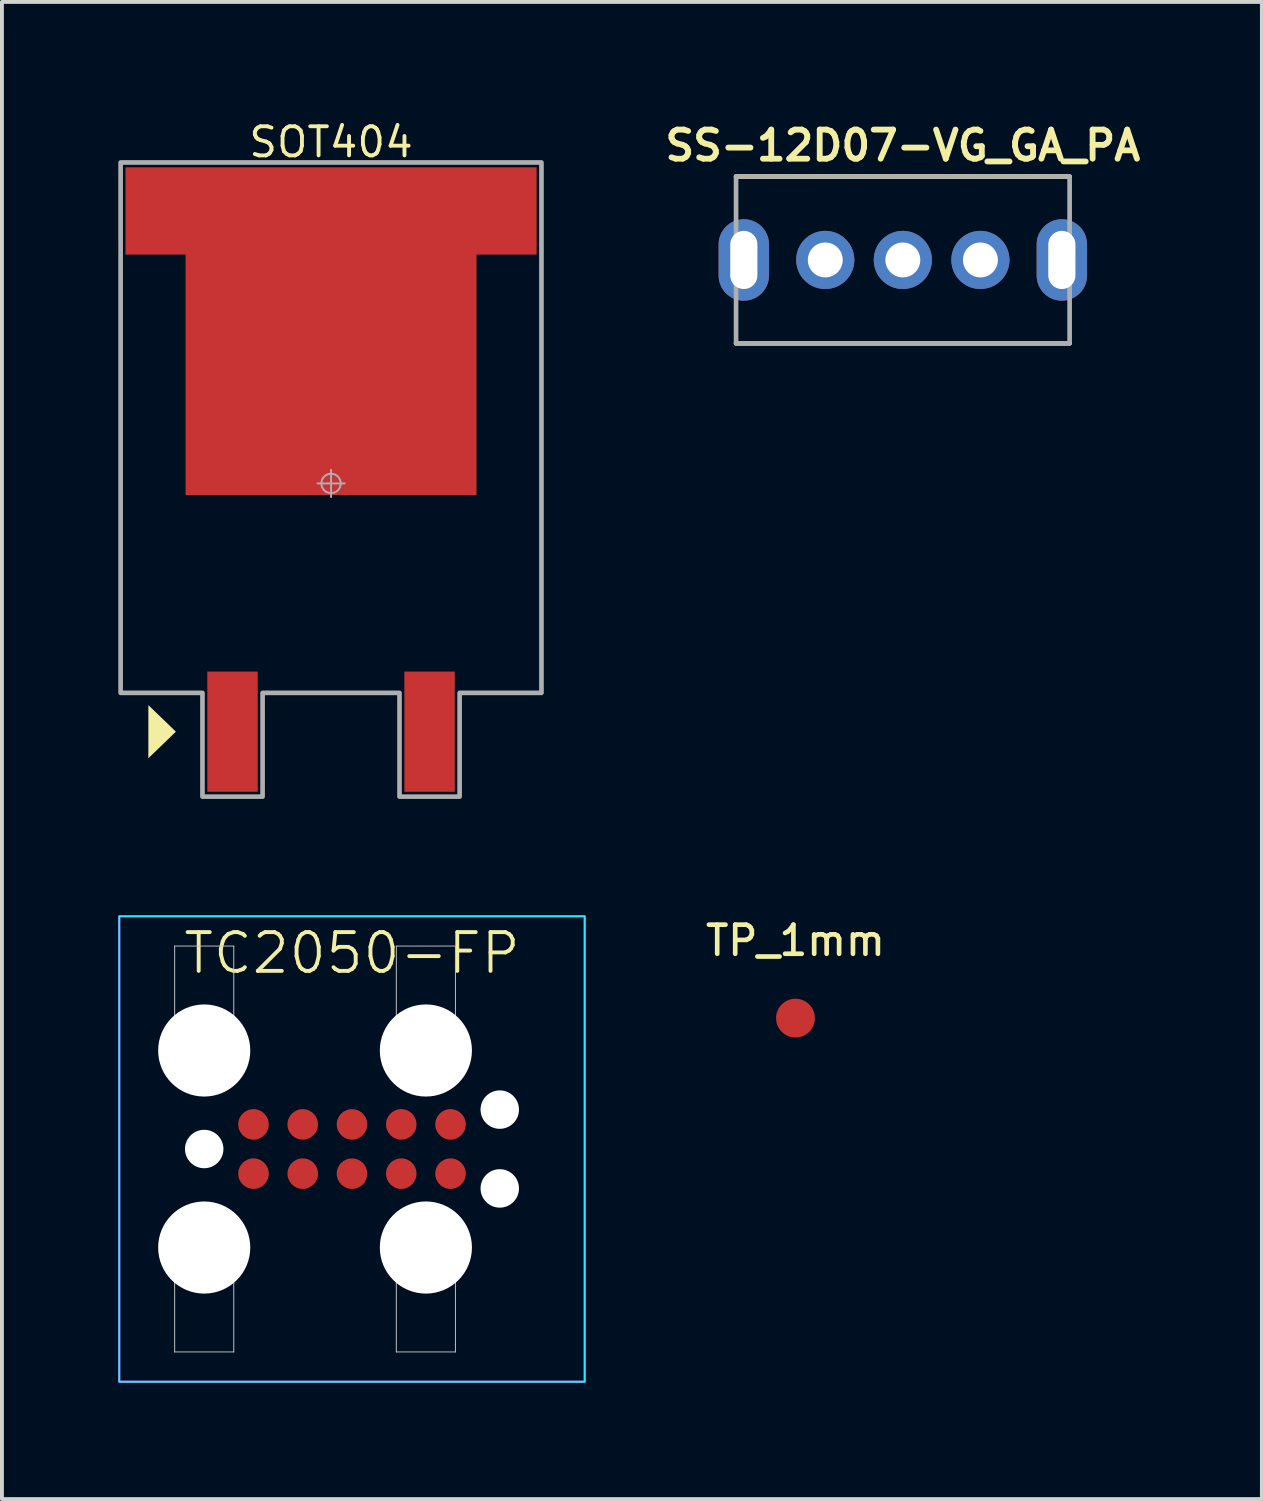
<source format=kicad_pcb>
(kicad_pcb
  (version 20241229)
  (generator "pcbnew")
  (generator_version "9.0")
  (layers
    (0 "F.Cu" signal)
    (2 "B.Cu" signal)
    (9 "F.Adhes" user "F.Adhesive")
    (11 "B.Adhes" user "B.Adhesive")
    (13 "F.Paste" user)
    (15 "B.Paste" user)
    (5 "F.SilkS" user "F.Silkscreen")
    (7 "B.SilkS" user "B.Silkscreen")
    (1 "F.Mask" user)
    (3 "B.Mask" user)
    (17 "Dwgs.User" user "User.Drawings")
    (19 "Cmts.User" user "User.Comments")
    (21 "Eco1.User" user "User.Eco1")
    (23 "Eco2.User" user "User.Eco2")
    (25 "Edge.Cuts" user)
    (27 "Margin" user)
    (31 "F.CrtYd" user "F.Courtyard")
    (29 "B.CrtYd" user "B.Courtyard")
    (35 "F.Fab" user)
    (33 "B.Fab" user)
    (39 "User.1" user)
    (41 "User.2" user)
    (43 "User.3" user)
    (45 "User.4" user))
  (footprint "SS-12D07-VG_GA_PA"
    (layer "F.Cu")
    (at 20.227 3.652)
    (property "Reference" "SS-12D07-VG_GA_PA" (at 0 -2.95 0) (unlocked yes) (layer "F.SilkS") (effects (font (size 0.75 0.75) (thickness 0.15) (bold yes))))
    (attr through_hole)
    (fp_line (start 4.3 -2.15) (end -4.3 -2.15) (stroke (width 0.12) (type default)) (layer "F.SilkS"))
    (fp_line (start 4.3 2.15) (end -4.3 2.15) (stroke (width 0.12) (type default)) (layer "F.SilkS"))
    (fp_rect (start -4.3 -2.15) (end 4.3 2.15) (stroke (width 0.12) (type default)) (fill no) (layer "F.Fab"))
    (pad "" thru_hole oval (at -4.1 0) (size 1.3 2.1) (drill oval 0.7 1.5) (layers "*.Cu" "*.Mask"))
    (pad "" thru_hole oval (at 4.1 0) (size 1.3 2.1) (drill oval 0.7 1.5) (layers "*.Cu" "*.Mask"))
    (pad "1" thru_hole circle (at -2 0) (size 1.5 1.5) (drill 0.9) (layers "*.Cu" "*.Mask"))
    (pad "2" thru_hole circle (at 0 0) (size 1.5 1.5) (drill 0.9) (layers "*.Cu" "*.Mask"))
    (pad "3" thru_hole circle (at 2 0) (size 1.5 1.5) (drill 0.9) (layers "*.Cu" "*.Mask")))
  (footprint "SOT404"
    (layer "F.Cu")
    (at 5.485 9.414)
    (property "Reference" "SOT404" (at 0 -8.8 0) (unlocked yes) (layer "F.SilkS") (effects (font (size 0.75 0.75) (thickness 0.1))))
    (attr smd)
    (fp_poly (pts (xy -4 6.4) (xy -4.71 5.715) (xy -4.71 7.085)) (stroke (width 0) (type solid)) (fill yes) (layer "F.SilkS"))
    (fp_rect (start -5.25 -8.1) (end -3.75 -5.95) (stroke (width 0) (type solid)) (fill yes) (layer "F.Paste"))
    (fp_rect (start -3.7 -4.35) (end -2 -2.85) (stroke (width 0) (type solid)) (fill yes) (layer "F.Paste"))
    (fp_rect (start -3.7 -1.25) (end -2 0.25) (stroke (width 0) (type solid)) (fill yes) (layer "F.Paste"))
    (fp_rect (start -3.45 -8.1) (end -1.95 -5.95) (stroke (width 0) (type solid)) (fill yes) (layer "F.Paste"))
    (fp_rect (start -3.15 4.9) (end -1.95 6.3) (stroke (width 0) (type solid)) (fill yes) (layer "F.Paste"))
    (fp_rect (start -3.15 6.5) (end -1.95 7.9) (stroke (width 0) (type solid)) (fill yes) (layer "F.Paste"))
    (fp_rect (start -1.8 -4.35) (end -0.1 -2.85) (stroke (width 0) (type solid)) (fill yes) (layer "F.Paste"))
    (fp_rect (start -1.8 -1.25) (end -0.1 0.25) (stroke (width 0) (type solid)) (fill yes) (layer "F.Paste"))
    (fp_rect (start -1.65 -8.1) (end -0.15 -5.95) (stroke (width 0) (type solid)) (fill yes) (layer "F.Paste"))
    (fp_rect (start 0.1 -4.35) (end 1.8 -2.85) (stroke (width 0) (type solid)) (fill yes) (layer "F.Paste"))
    (fp_rect (start 0.1 -1.25) (end 1.8 0.25) (stroke (width 0) (type solid)) (fill yes) (layer "F.Paste"))
    (fp_rect (start 0.15 -8.1) (end 1.65 -5.95) (stroke (width 0) (type solid)) (fill yes) (layer "F.Paste"))
    (fp_rect (start 1.95 -8.1) (end 3.45 -5.95) (stroke (width 0) (type solid)) (fill yes) (layer "F.Paste"))
    (fp_rect (start 1.95 4.9) (end 3.15 6.3) (stroke (width 0) (type solid)) (fill yes) (layer "F.Paste"))
    (fp_rect (start 1.95 6.5) (end 3.15 7.9) (stroke (width 0) (type solid)) (fill yes) (layer "F.Paste"))
    (fp_rect (start 2 -4.35) (end 3.7 -2.85) (stroke (width 0) (type solid)) (fill yes) (layer "F.Paste"))
    (fp_rect (start 2 -1.25) (end 3.7 0.25) (stroke (width 0) (type solid)) (fill yes) (layer "F.Paste"))
    (fp_rect (start 3.75 -8.1) (end 5.25 -5.95) (stroke (width 0) (type solid)) (fill yes) (layer "F.Paste"))
    (fp_line (start -0.35 0) (end 0.35 0) (stroke (width 0.05) (type solid)) (layer "F.Fab"))
    (fp_line (start 0 -0.35) (end 0 0.35) (stroke (width 0.05) (type solid)) (layer "F.Fab"))
    (fp_circle (center 0 0) (end 0.25 0) (stroke (width 0.05) (type solid)) (fill no) (layer "F.Fab"))
    (fp_poly (pts (xy -5.425 -8.275) (xy 5.425 -8.275) (xy 5.425 5.4) (xy 3.315 5.4) (xy 3.315 8.075) (xy 1.765 8.075) (xy 1.765 5.4) (xy -1.765 5.4) (xy -1.765 8.075) (xy -3.315 8.075) (xy -3.315 5.4) (xy -5.425 5.4)) (stroke (width 0.12) (type solid)) (fill no) (layer "F.Fab"))
    (pad "1" smd rect (at -2.54 6.4) (size 1.3 3.1) (layers "F.Cu" "F.Mask"))
    (pad "2" smd custom (at 0 -3.9) (size 1.3 3.1) (layers "F.Cu" "F.Mask") (options (anchor rect)) (primitives (gr_poly (pts (xy -3.75 4.2) (xy -3.75 -2) (xy -5.3 -2) (xy -5.3 -4.25) (xy 5.3 -4.25) (xy 5.3 -2) (xy 3.75 -2) (xy 3.75 4.2)) (width 0) (fill yes))))
    (pad "3" smd rect (at 2.54 6.4) (size 1.3 3.1) (layers "F.Cu" "F.Mask")))
  (footprint "TC2050-FP"
    (layer "F.Cu")
    (at 6.025 26.574)
    (property "Reference" "TC2050-FP" (at 0 -5.05 0) (unlocked yes) (layer "F.SilkS") (effects (font (size 1 1) (thickness 0.1))))
    (attr through_hole)
    (fp_line (start -4.826 -2.032) (end -2.794 -2.032) (stroke (width 0.025) (type default)) (layer "Dwgs.User"))
    (fp_line (start -4.826 3.048) (end -2.794 3.048) (stroke (width 0.025) (type default)) (layer "Dwgs.User"))
    (fp_line (start -4.572 -5.232) (end -4.572 -3.048) (stroke (width 0.025) (type default)) (layer "Dwgs.User"))
    (fp_line (start -4.572 5.232) (end -4.572 3.048) (stroke (width 0.025) (type default)) (layer "Dwgs.User"))
    (fp_line (start -3.048 -5.232) (end -3.048 -3.048) (stroke (width 0.025) (type default)) (layer "Dwgs.User"))
    (fp_line (start -3.048 5.232) (end -3.048 3.048) (stroke (width 0.025) (type default)) (layer "Dwgs.User"))
    (fp_line (start -2.794 -3.048) (end -4.826 -3.048) (stroke (width 0.025) (type default)) (layer "Dwgs.User"))
    (fp_line (start -2.794 2.032) (end -4.826 2.032) (stroke (width 0.025) (type default)) (layer "Dwgs.User"))
    (fp_line (start 0.889 -2.032) (end 2.921 -2.032) (stroke (width 0.025) (type default)) (layer "Dwgs.User"))
    (fp_line (start 0.889 3.048) (end 2.921 3.048) (stroke (width 0.025) (type default)) (layer "Dwgs.User"))
    (fp_line (start 1.143 -5.232) (end 1.143 -3.048) (stroke (width 0.025) (type default)) (layer "Dwgs.User"))
    (fp_line (start 1.143 5.232) (end 1.143 3.048) (stroke (width 0.025) (type default)) (layer "Dwgs.User"))
    (fp_line (start 2.667 -5.232) (end 2.667 -3.048) (stroke (width 0.025) (type default)) (layer "Dwgs.User"))
    (fp_line (start 2.667 5.232) (end 2.667 3.048) (stroke (width 0.025) (type default)) (layer "Dwgs.User"))
    (fp_line (start 2.921 -3.048) (end 0.889 -3.048) (stroke (width 0.025) (type default)) (layer "Dwgs.User"))
    (fp_line (start 2.921 2.032) (end 0.889 2.032) (stroke (width 0.025) (type default)) (layer "Dwgs.User"))
    (fp_rect (start -4.572 -5.232) (end -3.048 -5.232) (stroke (width 0.025) (type default)) (fill no) (layer "Dwgs.User"))
    (fp_rect (start -4.572 5.232) (end -3.048 5.232) (stroke (width 0.025) (type default)) (fill no) (layer "Dwgs.User"))
    (fp_rect (start 1.143 -5.232) (end 2.667 -5.232) (stroke (width 0.025) (type default)) (fill no) (layer "Dwgs.User"))
    (fp_rect (start 1.143 5.232) (end 2.667 5.232) (stroke (width 0.025) (type default)) (fill no) (layer "Dwgs.User"))
    (fp_arc (start -4.833077 -2.032) (mid -4.953 -2.54) (end -4.833077 -3.048) (stroke (width 0.025) (type default)) (layer "Dwgs.User"))
    (fp_arc (start -4.826 3.048) (mid -4.945923 2.54) (end -4.826 2.032) (stroke (width 0.025) (type default)) (layer "Dwgs.User"))
    (fp_arc (start -2.794 -3.048) (mid -2.674077 -2.54) (end -2.794 -2.032) (stroke (width 0.025) (type default)) (layer "Dwgs.User"))
    (fp_arc (start -2.786923 2.032) (mid -2.667 2.54) (end -2.786923 3.048) (stroke (width 0.025) (type default)) (layer "Dwgs.User"))
    (fp_arc (start 0.881923 -2.032) (mid 0.762 -2.54) (end 0.881923 -3.048) (stroke (width 0.025) (type default)) (layer "Dwgs.User"))
    (fp_arc (start 0.889 3.048) (mid 0.769077 2.54) (end 0.889 2.032) (stroke (width 0.025) (type default)) (layer "Dwgs.User"))
    (fp_arc (start 2.921 -3.048) (mid 3.040923 -2.54) (end 2.921 -2.032) (stroke (width 0.025) (type default)) (layer "Dwgs.User"))
    (fp_arc (start 2.928077 2.032) (mid 3.048 2.54) (end 2.928077 3.048) (stroke (width 0.025) (type default)) (layer "Dwgs.User"))
    (fp_circle (center -3.81 0) (end -3.429 0) (stroke (width 0.025) (type default)) (fill no) (layer "Dwgs.User"))
    (fp_circle (center 3.81 -1.016) (end 4.191 -1.016) (stroke (width 0.025) (type default)) (fill no) (layer "Dwgs.User"))
    (fp_circle (center 3.81 1.016) (end 4.191 1.016) (stroke (width 0.025) (type default)) (fill no) (layer "Dwgs.User"))
    (fp_rect (start -6 -6) (end 6 6) (stroke (width 0.05) (type default)) (fill no) (layer "B.CrtYd"))
    (fp_rect (start -6 -6) (end 6 6) (stroke (width 0.05) (type default)) (fill no) (layer "F.CrtYd"))
    (pad "" np_thru_hole circle (at -3.81 -2.54 90) (size 2.375 2.375) (drill 2.375) (layers "*.Cu" "*.Mask"))
    (pad "" np_thru_hole circle (at -3.81 0 90) (size 0.991 0.991) (drill 0.991) (layers "*.Cu" "*.Mask"))
    (pad "" np_thru_hole circle (at -3.81 2.54 90) (size 2.375 2.375) (drill 2.375) (layers "*.Cu" "*.Mask"))
    (pad "" np_thru_hole circle (at 1.905 -2.54 90) (size 2.375 2.375) (drill 2.375) (layers "*.Cu" "*.Mask"))
    (pad "" np_thru_hole circle (at 1.905 2.54 90) (size 2.375 2.375) (drill 2.375) (layers "*.Cu" "*.Mask"))
    (pad "" np_thru_hole circle (at 3.81 -1.016 90) (size 0.991 0.991) (drill 0.991) (layers "*.Cu" "*.Mask"))
    (pad "" np_thru_hole circle (at 3.81 1.016 90) (size 0.991 0.991) (drill 0.991) (layers "*.Cu" "*.Mask"))
    (pad "1" smd circle (at -2.54 0.635 90) (size 0.787 0.787) (layers "F.Cu" "F.Mask"))
    (pad "2" smd circle (at -1.27 0.635 90) (size 0.787 0.787) (layers "F.Cu" "F.Mask"))
    (pad "3" smd circle (at 0 0.635 90) (size 0.787 0.787) (layers "F.Cu" "F.Mask"))
    (pad "4" smd circle (at 1.27 0.635 90) (size 0.787 0.787) (layers "F.Cu" "F.Mask"))
    (pad "5" smd circle (at 2.54 0.635 90) (size 0.787 0.787) (layers "F.Cu" "F.Mask"))
    (pad "6" smd circle (at 2.54 -0.635 90) (size 0.787 0.787) (layers "F.Cu" "F.Mask"))
    (pad "7" smd circle (at 1.27 -0.635 90) (size 0.787 0.787) (layers "F.Cu" "F.Mask"))
    (pad "8" smd circle (at 0 -0.635 90) (size 0.787 0.787) (layers "F.Cu" "F.Mask"))
    (pad "9" smd circle (at -1.27 -0.635 90) (size 0.787 0.787) (layers "F.Cu" "F.Mask"))
    (pad "10" smd circle (at -2.54 -0.635 90) (size 0.787 0.787) (layers "F.Cu" "F.Mask"))
    (zone (net_name "") (layer "F.Cu") (name "TC-Keepout") (hatch edge 0.5) (connect_pads) (min_thickness 0.25) (filled_areas_thickness no) (keepout (tracks not_allowed) (vias not_allowed) (pads not_allowed) (copperpour not_allowed) (footprints allowed)) (placement (enabled no)) (fill) (polygon (pts (xy 3.485 26.174) (xy 3.485 26.974) (xy 8.565 26.974) (xy 8.565 26.174)))))
  (footprint "TP_1mm"
    (layer "F.Cu")
    (at 17.459 23.199)
    (property "Reference" "TP_1mm" (at 0 -2 0) (unlocked yes) (layer "F.SilkS") (effects (font (size 0.75 0.75) (thickness 0.12))))
    (attr smd)
    (pad "1" smd circle (at 0 0) (size 1 1) (layers "F.Cu" "F.Mask")))
  (gr_rect
    (start -3 -3)
    (end 29.484 35.599)
    (stroke (width 0.1) (type default))
    (fill no)
    (layer "Edge.Cuts")))
</source>
